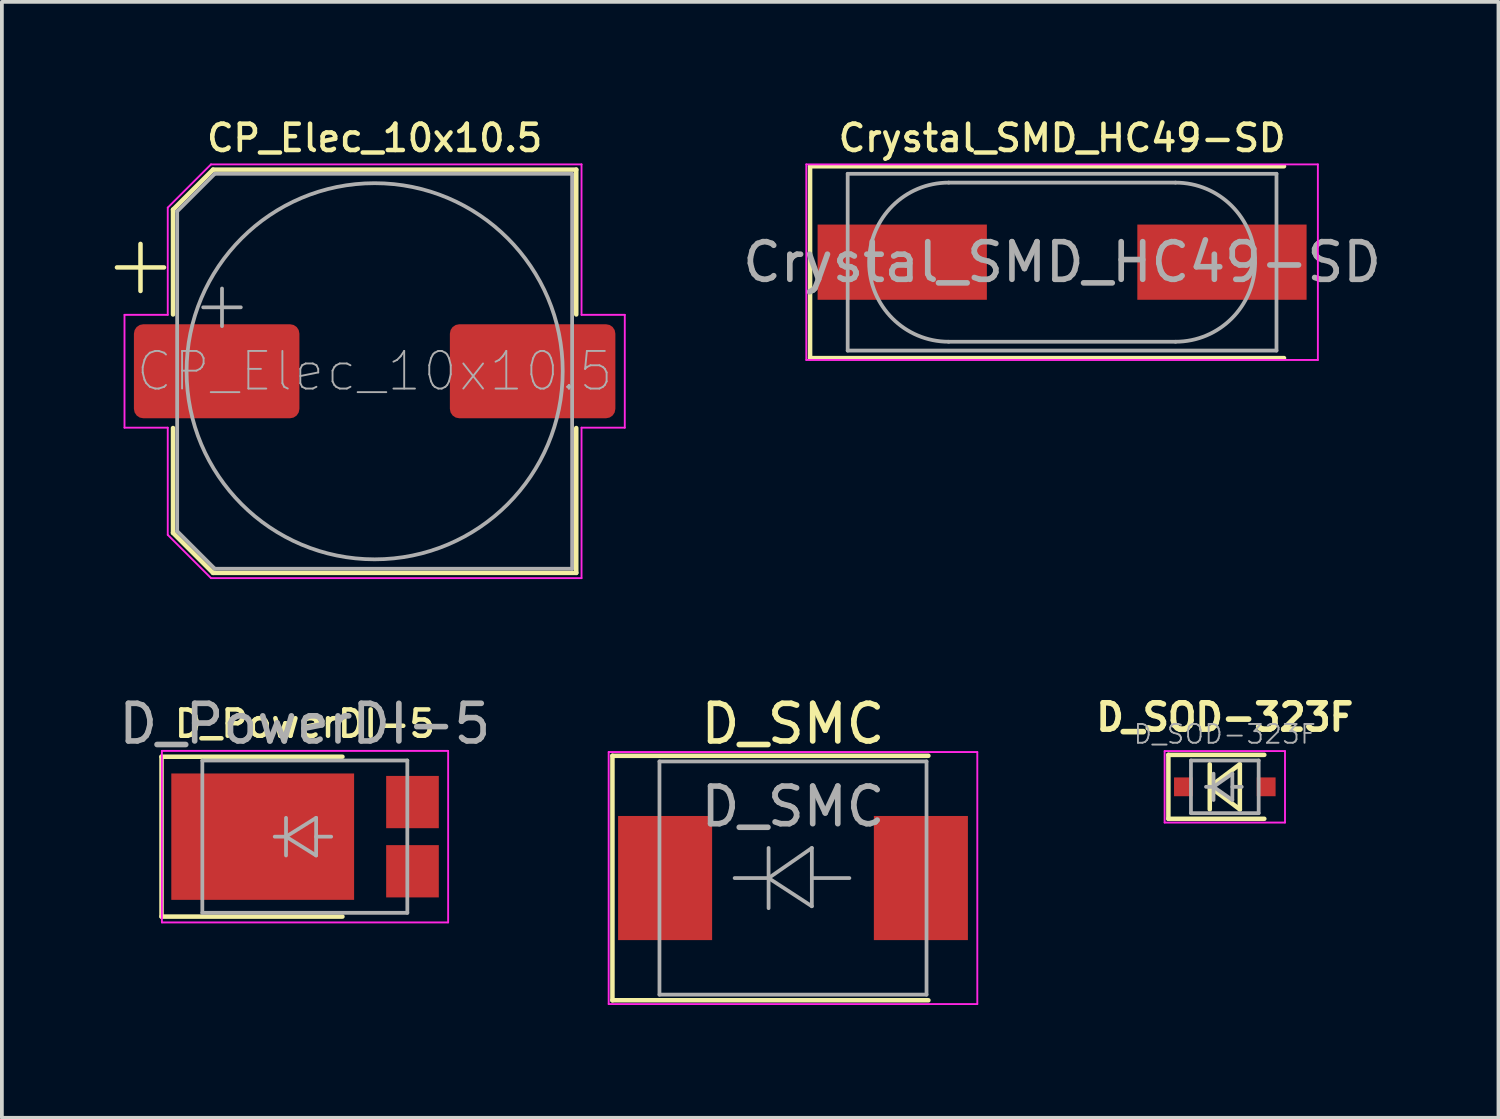
<source format=kicad_pcb>
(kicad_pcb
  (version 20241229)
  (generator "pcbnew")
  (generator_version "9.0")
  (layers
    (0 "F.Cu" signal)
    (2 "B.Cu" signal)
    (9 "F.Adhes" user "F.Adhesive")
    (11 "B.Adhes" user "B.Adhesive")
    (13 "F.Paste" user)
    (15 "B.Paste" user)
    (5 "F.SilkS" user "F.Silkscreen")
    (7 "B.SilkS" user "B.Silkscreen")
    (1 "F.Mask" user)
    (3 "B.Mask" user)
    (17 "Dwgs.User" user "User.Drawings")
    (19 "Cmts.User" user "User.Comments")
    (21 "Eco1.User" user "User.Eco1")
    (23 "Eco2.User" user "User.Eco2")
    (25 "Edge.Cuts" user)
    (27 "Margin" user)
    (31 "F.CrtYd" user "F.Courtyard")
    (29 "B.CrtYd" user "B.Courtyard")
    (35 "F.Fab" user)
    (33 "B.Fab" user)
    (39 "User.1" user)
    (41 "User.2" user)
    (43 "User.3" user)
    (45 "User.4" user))
  (footprint "CP_Elec_10x10.5"
    (layer "F.Cu")
    (at 6.91 6.82)
    (property "Reference" "CP_Elec_10x10.5" (at 0 -6.2 0) (layer "F.SilkS") (effects (font (size 0.7 0.7) (thickness 0.12))))
    (attr smd)
    (fp_line (start -6.85 -2.76) (end -5.6 -2.76) (stroke (width 0.12) (type solid)) (layer "F.SilkS"))
    (fp_line (start -6.225 -3.385) (end -6.225 -2.135) (stroke (width 0.12) (type solid)) (layer "F.SilkS"))
    (fp_line (start -5.36 -4.296) (end -5.36 -1.51) (stroke (width 0.12) (type solid)) (layer "F.SilkS"))
    (fp_line (start -5.36 -4.296) (end -4.296 -5.36) (stroke (width 0.12) (type solid)) (layer "F.SilkS"))
    (fp_line (start -5.36 4.296) (end -5.36 1.51) (stroke (width 0.12) (type solid)) (layer "F.SilkS"))
    (fp_line (start -5.36 4.296) (end -4.296 5.36) (stroke (width 0.12) (type solid)) (layer "F.SilkS"))
    (fp_line (start -4.296 -5.36) (end 5.36 -5.36) (stroke (width 0.12) (type solid)) (layer "F.SilkS"))
    (fp_line (start -4.296 5.36) (end 5.36 5.36) (stroke (width 0.12) (type solid)) (layer "F.SilkS"))
    (fp_line (start 5.36 -5.36) (end 5.36 -1.51) (stroke (width 0.12) (type solid)) (layer "F.SilkS"))
    (fp_line (start 5.36 5.36) (end 5.36 1.51) (stroke (width 0.12) (type solid)) (layer "F.SilkS"))
    (fp_line (start -6.65 -1.5) (end -6.65 1.5) (stroke (width 0.05) (type solid)) (layer "F.CrtYd"))
    (fp_line (start -6.65 1.5) (end -5.5 1.5) (stroke (width 0.05) (type solid)) (layer "F.CrtYd"))
    (fp_line (start -5.5 -4.35) (end -5.5 -1.5) (stroke (width 0.05) (type solid)) (layer "F.CrtYd"))
    (fp_line (start -5.5 -4.35) (end -4.35 -5.5) (stroke (width 0.05) (type solid)) (layer "F.CrtYd"))
    (fp_line (start -5.5 -1.5) (end -6.65 -1.5) (stroke (width 0.05) (type solid)) (layer "F.CrtYd"))
    (fp_line (start -5.5 1.5) (end -5.5 4.35) (stroke (width 0.05) (type solid)) (layer "F.CrtYd"))
    (fp_line (start -5.5 4.35) (end -4.35 5.5) (stroke (width 0.05) (type solid)) (layer "F.CrtYd"))
    (fp_line (start -4.35 -5.5) (end 5.5 -5.5) (stroke (width 0.05) (type solid)) (layer "F.CrtYd"))
    (fp_line (start -4.35 5.5) (end 5.5 5.5) (stroke (width 0.05) (type solid)) (layer "F.CrtYd"))
    (fp_line (start 5.5 -5.5) (end 5.5 -1.5) (stroke (width 0.05) (type solid)) (layer "F.CrtYd"))
    (fp_line (start 5.5 -1.5) (end 6.65 -1.5) (stroke (width 0.05) (type solid)) (layer "F.CrtYd"))
    (fp_line (start 5.5 1.5) (end 5.5 5.5) (stroke (width 0.05) (type solid)) (layer "F.CrtYd"))
    (fp_line (start 6.65 -1.5) (end 6.65 1.5) (stroke (width 0.05) (type solid)) (layer "F.CrtYd"))
    (fp_line (start 6.65 1.5) (end 5.5 1.5) (stroke (width 0.05) (type solid)) (layer "F.CrtYd"))
    (fp_line (start -5.25 -4.25) (end -5.25 4.25) (stroke (width 0.1) (type solid)) (layer "F.Fab"))
    (fp_line (start -5.25 -4.25) (end -4.25 -5.25) (stroke (width 0.1) (type solid)) (layer "F.Fab"))
    (fp_line (start -5.25 4.25) (end -4.25 5.25) (stroke (width 0.1) (type solid)) (layer "F.Fab"))
    (fp_line (start -4.558 -1.7) (end -3.558 -1.7) (stroke (width 0.1) (type solid)) (layer "F.Fab"))
    (fp_line (start -4.25 -5.25) (end 5.25 -5.25) (stroke (width 0.1) (type solid)) (layer "F.Fab"))
    (fp_line (start -4.25 5.25) (end 5.25 5.25) (stroke (width 0.1) (type solid)) (layer "F.Fab"))
    (fp_line (start -4.058 -2.2) (end -4.058 -1.2) (stroke (width 0.1) (type solid)) (layer "F.Fab"))
    (fp_line (start 5.25 -5.25) (end 5.25 5.25) (stroke (width 0.1) (type solid)) (layer "F.Fab"))
    (fp_circle (center 0 0) (end 5 0) (stroke (width 0.1) (type solid)) (fill no) (layer "F.Fab"))
    (fp_text user "${REFERENCE}" (at 0 0 0) (layer "F.Fab") (effects (font (size 1 1) (thickness 0.05))))
    (pad "1" smd roundrect (at -4.2 0) (size 4.4 2.5) (layers "F.Cu" "F.Mask" "F.Paste") (roundrect_rratio 0.1))
    (pad "2" smd roundrect (at 4.2 0) (size 4.4 2.5) (layers "F.Cu" "F.Mask" "F.Paste") (roundrect_rratio 0.1)))
  (footprint "D_SOD-323F"
    (layer "F.Cu")
    (at 29.512 17.868)
    (property "Reference" "D_SOD-323F" (at 0 -1.85 0) (layer "F.SilkS") (effects (font (size 0.7 0.7) (thickness 0.15))))
    (attr smd)
    (fp_line (start -1.5 -0.85) (end -1.5 0.85) (stroke (width 0.12) (type solid)) (layer "F.SilkS"))
    (fp_line (start -1.5 -0.85) (end 1.05 -0.85) (stroke (width 0.12) (type solid)) (layer "F.SilkS"))
    (fp_line (start -1.5 0.85) (end 1.05 0.85) (stroke (width 0.12) (type solid)) (layer "F.SilkS"))
    (fp_line (start -0.4 -0.6) (end -0.4 0.6) (stroke (width 0.12) (type solid)) (layer "F.SilkS"))
    (fp_line (start -0.4 0) (end 0.4 -0.6) (stroke (width 0.12) (type solid)) (layer "F.SilkS"))
    (fp_line (start 0.4 -0.6) (end 0.4 0.6) (stroke (width 0.12) (type solid)) (layer "F.SilkS"))
    (fp_line (start 0.4 0.6) (end -0.4 0) (stroke (width 0.12) (type solid)) (layer "F.SilkS"))
    (fp_line (start -1.6 -0.95) (end -1.6 0.95) (stroke (width 0.05) (type solid)) (layer "F.CrtYd"))
    (fp_line (start -1.6 -0.95) (end 1.6 -0.95) (stroke (width 0.05) (type solid)) (layer "F.CrtYd"))
    (fp_line (start -1.6 0.95) (end 1.6 0.95) (stroke (width 0.05) (type solid)) (layer "F.CrtYd"))
    (fp_line (start 1.6 -0.95) (end 1.6 0.95) (stroke (width 0.05) (type solid)) (layer "F.CrtYd"))
    (fp_line (start -0.9 -0.7) (end 0.9 -0.7) (stroke (width 0.1) (type solid)) (layer "F.Fab"))
    (fp_line (start -0.9 0.7) (end -0.9 -0.7) (stroke (width 0.1) (type solid)) (layer "F.Fab"))
    (fp_line (start -0.3 -0.35) (end -0.3 0.35) (stroke (width 0.1) (type solid)) (layer "F.Fab"))
    (fp_line (start -0.3 0) (end -0.5 0) (stroke (width 0.1) (type solid)) (layer "F.Fab"))
    (fp_line (start -0.3 0) (end 0.2 -0.35) (stroke (width 0.1) (type solid)) (layer "F.Fab"))
    (fp_line (start 0.2 -0.35) (end 0.2 0.35) (stroke (width 0.1) (type solid)) (layer "F.Fab"))
    (fp_line (start 0.2 0) (end 0.45 0) (stroke (width 0.1) (type solid)) (layer "F.Fab"))
    (fp_line (start 0.2 0.35) (end -0.3 0) (stroke (width 0.1) (type solid)) (layer "F.Fab"))
    (fp_line (start 0.9 -0.7) (end 0.9 0.7) (stroke (width 0.1) (type solid)) (layer "F.Fab"))
    (fp_line (start 0.9 0.7) (end -0.9 0.7) (stroke (width 0.1) (type solid)) (layer "F.Fab"))
    (fp_text user "${REFERENCE}" (at 0 -1.4 0) (layer "F.Fab") (effects (font (size 0.5 0.5) (thickness 0.05))))
    (pad "1" smd rect (at -1.1 0) (size 0.5 0.5) (layers "F.Cu" "F.Mask" "F.Paste"))
    (pad "2" smd rect (at 1.1 0) (size 0.5 0.5) (layers "F.Cu" "F.Mask" "F.Paste")))
  (footprint "Crystal_SMD_HC49-SD"
    (layer "F.Cu")
    (at 25.186 3.92)
    (property "Reference" "Crystal_SMD_HC49-SD" (at 0 -3.3 0) (layer "F.SilkS") (effects (font (size 0.7 0.7) (thickness 0.12))))
    (attr smd)
    (fp_line (start -6.7 -2.55) (end -6.7 2.55) (stroke (width 0.12) (type solid)) (layer "F.SilkS"))
    (fp_line (start -6.7 2.55) (end 5.9 2.55) (stroke (width 0.12) (type solid)) (layer "F.SilkS"))
    (fp_line (start 5.9 -2.55) (end -6.7 -2.55) (stroke (width 0.12) (type solid)) (layer "F.SilkS"))
    (fp_line (start -6.8 -2.6) (end -6.8 2.6) (stroke (width 0.05) (type solid)) (layer "F.CrtYd"))
    (fp_line (start -6.8 2.6) (end 6.8 2.6) (stroke (width 0.05) (type solid)) (layer "F.CrtYd"))
    (fp_line (start 6.8 -2.6) (end -6.8 -2.6) (stroke (width 0.05) (type solid)) (layer "F.CrtYd"))
    (fp_line (start 6.8 2.6) (end 6.8 -2.6) (stroke (width 0.05) (type solid)) (layer "F.CrtYd"))
    (fp_line (start -5.7 -2.35) (end -5.7 2.35) (stroke (width 0.1) (type solid)) (layer "F.Fab"))
    (fp_line (start -5.7 2.35) (end 5.7 2.35) (stroke (width 0.1) (type solid)) (layer "F.Fab"))
    (fp_line (start -3.015 -2.115) (end 3.015 -2.115) (stroke (width 0.1) (type solid)) (layer "F.Fab"))
    (fp_line (start -3.015 2.115) (end 3.015 2.115) (stroke (width 0.1) (type solid)) (layer "F.Fab"))
    (fp_line (start 5.7 -2.35) (end -5.7 -2.35) (stroke (width 0.1) (type solid)) (layer "F.Fab"))
    (fp_line (start 5.7 2.35) (end 5.7 -2.35) (stroke (width 0.1) (type solid)) (layer "F.Fab"))
    (fp_arc (start -3.015 2.115) (mid -5.13 0) (end -3.015 -2.115) (stroke (width 0.1) (type solid)) (layer "F.Fab"))
    (fp_arc (start 3.015 -2.115) (mid 5.13 0) (end 3.015 2.115) (stroke (width 0.1) (type solid)) (layer "F.Fab"))
    (fp_text user "${REFERENCE}" (at 0 0 0) (layer "F.Fab") (effects (font (size 1 1) (thickness 0.15))))
    (pad "1" smd rect (at -4.25 0) (size 4.5 2) (layers "F.Cu" "F.Mask" "F.Paste"))
    (pad "2" smd rect (at 4.25 0) (size 4.5 2) (layers "F.Cu" "F.Mask" "F.Paste")))
  (footprint "D_PowerDI-5"
    (layer "F.Cu")
    (at 5.054 19.193)
    (property "Reference" "D_PowerDI-5" (at 0 -3 0) (layer "F.SilkS") (effects (font (size 0.7 0.7) (thickness 0.12))))
    (attr smd)
    (fp_line (start -3.81 2.125) (end -3.81 -2.125) (stroke (width 0.12) (type solid)) (layer "F.SilkS"))
    (fp_line (start -3.81 2.125) (end 1 2.125) (stroke (width 0.12) (type solid)) (layer "F.SilkS"))
    (fp_line (start 1 -2.125) (end -3.81 -2.125) (stroke (width 0.12) (type solid)) (layer "F.SilkS"))
    (fp_line (start -3.8 -2.28) (end 3.81 -2.28) (stroke (width 0.05) (type solid)) (layer "F.CrtYd"))
    (fp_line (start -3.8 2.28) (end -3.8 -2.28) (stroke (width 0.05) (type solid)) (layer "F.CrtYd"))
    (fp_line (start 3.81 -2.28) (end 3.81 2.28) (stroke (width 0.05) (type solid)) (layer "F.CrtYd"))
    (fp_line (start 3.81 2.28) (end -3.8 2.28) (stroke (width 0.05) (type solid)) (layer "F.CrtYd"))
    (fp_line (start -2.725 -2.025) (end 2.725 -2.025) (stroke (width 0.1) (type solid)) (layer "F.Fab"))
    (fp_line (start -2.725 2.025) (end -2.725 -2.025) (stroke (width 0.1) (type solid)) (layer "F.Fab"))
    (fp_line (start -0.8 0) (end -0.5 0) (stroke (width 0.1) (type solid)) (layer "F.Fab"))
    (fp_line (start -0.5 0) (end -0.5 -0.5) (stroke (width 0.1) (type solid)) (layer "F.Fab"))
    (fp_line (start -0.5 0) (end -0.5 0.5) (stroke (width 0.1) (type solid)) (layer "F.Fab"))
    (fp_line (start -0.5 0) (end 0.3 0.5) (stroke (width 0.1) (type solid)) (layer "F.Fab"))
    (fp_line (start 0.3 -0.5) (end -0.5 0) (stroke (width 0.1) (type solid)) (layer "F.Fab"))
    (fp_line (start 0.3 0) (end 0.7 0) (stroke (width 0.1) (type solid)) (layer "F.Fab"))
    (fp_line (start 0.3 0.5) (end 0.3 -0.5) (stroke (width 0.1) (type solid)) (layer "F.Fab"))
    (fp_line (start 2.725 -2.025) (end 2.725 2.025) (stroke (width 0.1) (type solid)) (layer "F.Fab"))
    (fp_line (start 2.725 2.025) (end -2.725 2.025) (stroke (width 0.1) (type solid)) (layer "F.Fab"))
    (fp_text user "${REFERENCE}" (at 0 -3 0) (layer "F.Fab") (effects (font (size 1 1) (thickness 0.15))))
    (pad "1" smd rect (at -1.12 0 180) (size 4.86 3.36) (layers "F.Cu" "F.Mask" "F.Paste"))
    (pad "2" smd rect (at 2.862 -0.92 180) (size 1.4 1.39) (layers "F.Cu" "F.Mask" "F.Paste"))
    (pad "2" smd rect (at 2.862 0.92 180) (size 1.4 1.39) (layers "F.Cu" "F.Mask" "F.Paste")))
  (footprint "D_SMC"
    (layer "F.Cu")
    (at 18.032 20.293)
    (property "Reference" "D_SMC" (at 0 -4.1 0) (layer "F.SilkS") (effects (font (size 1 1) (thickness 0.15))))
    (attr smd)
    (fp_line (start -4.8 -3.25) (end 3.6 -3.25) (stroke (width 0.12) (type solid)) (layer "F.SilkS"))
    (fp_line (start -4.8 3.25) (end -4.8 -3.25) (stroke (width 0.12) (type solid)) (layer "F.SilkS"))
    (fp_line (start -4.8 3.25) (end 3.6 3.25) (stroke (width 0.12) (type solid)) (layer "F.SilkS"))
    (fp_line (start -4.9 -3.35) (end 4.9 -3.35) (stroke (width 0.05) (type solid)) (layer "F.CrtYd"))
    (fp_line (start -4.9 3.35) (end -4.9 -3.35) (stroke (width 0.05) (type solid)) (layer "F.CrtYd"))
    (fp_line (start 4.9 -3.35) (end 4.9 3.35) (stroke (width 0.05) (type solid)) (layer "F.CrtYd"))
    (fp_line (start 4.9 3.35) (end -4.9 3.35) (stroke (width 0.05) (type solid)) (layer "F.CrtYd"))
    (fp_line (start -3.55 3.1) (end -3.55 -3.1) (stroke (width 0.1) (type solid)) (layer "F.Fab"))
    (fp_line (start -0.649 -0.799) (end -0.649 0.801) (stroke (width 0.1) (type solid)) (layer "F.Fab"))
    (fp_line (start -0.649 0.001) (end -1.551 0.001) (stroke (width 0.1) (type solid)) (layer "F.Fab"))
    (fp_line (start -0.649 0.001) (end 0.501 -0.799) (stroke (width 0.1) (type solid)) (layer "F.Fab"))
    (fp_line (start -0.649 0.001) (end 0.501 0.75) (stroke (width 0.1) (type solid)) (layer "F.Fab"))
    (fp_line (start 0.501 0.001) (end 1.499 0.001) (stroke (width 0.1) (type solid)) (layer "F.Fab"))
    (fp_line (start 0.501 0.75) (end 0.501 -0.799) (stroke (width 0.1) (type solid)) (layer "F.Fab"))
    (fp_line (start 3.55 -3.1) (end -3.55 -3.1) (stroke (width 0.1) (type solid)) (layer "F.Fab"))
    (fp_line (start 3.55 -3.1) (end 3.55 3.1) (stroke (width 0.1) (type solid)) (layer "F.Fab"))
    (fp_line (start 3.55 3.1) (end -3.55 3.1) (stroke (width 0.1) (type solid)) (layer "F.Fab"))
    (fp_text user "${REFERENCE}" (at 0 -1.9 0) (layer "F.Fab") (effects (font (size 1 1) (thickness 0.15))))
    (pad "1" smd rect (at -3.4 0 90) (size 3.3 2.5) (layers "F.Cu" "F.Mask" "F.Paste"))
    (pad "2" smd rect (at 3.4 0 90) (size 3.3 2.5) (layers "F.Cu" "F.Mask" "F.Paste")))
  (gr_rect
    (start -3 -3)
    (end 36.787 26.668)
    (stroke (width 0.1) (type default))
    (fill no)
    (layer "Edge.Cuts")))
</source>
